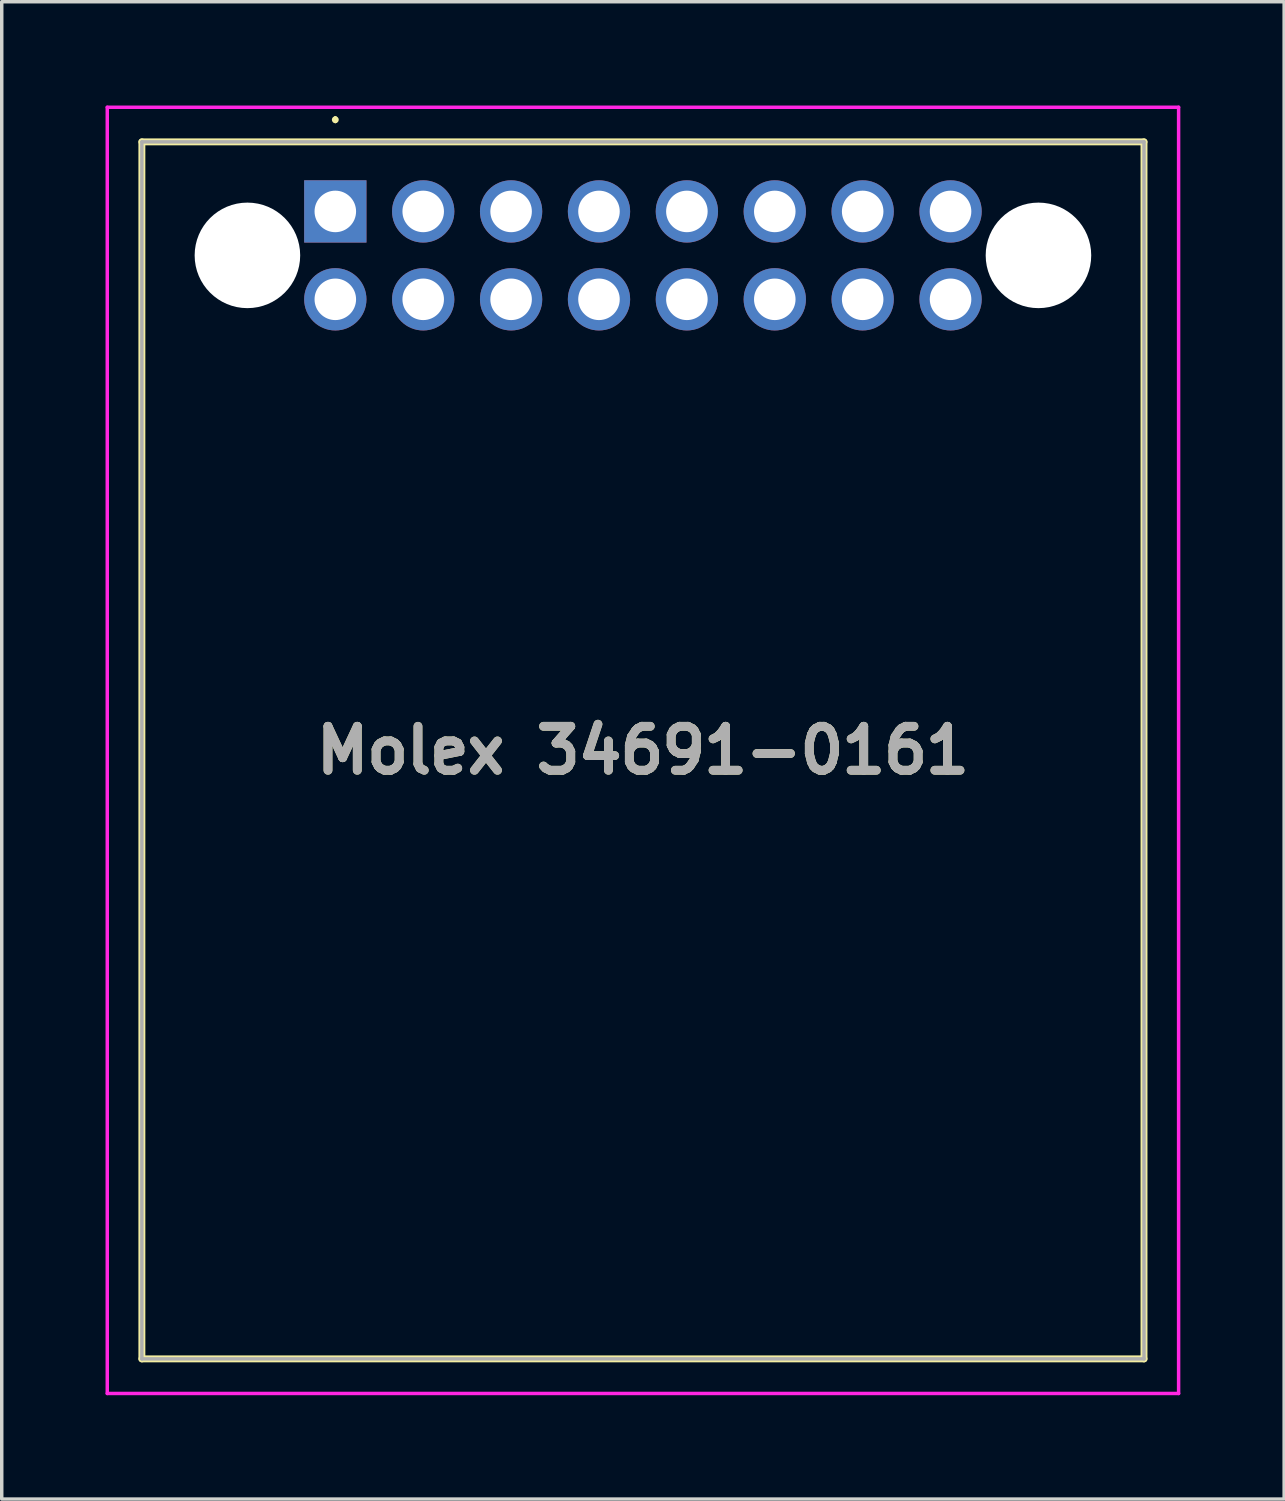
<source format=kicad_pcb>
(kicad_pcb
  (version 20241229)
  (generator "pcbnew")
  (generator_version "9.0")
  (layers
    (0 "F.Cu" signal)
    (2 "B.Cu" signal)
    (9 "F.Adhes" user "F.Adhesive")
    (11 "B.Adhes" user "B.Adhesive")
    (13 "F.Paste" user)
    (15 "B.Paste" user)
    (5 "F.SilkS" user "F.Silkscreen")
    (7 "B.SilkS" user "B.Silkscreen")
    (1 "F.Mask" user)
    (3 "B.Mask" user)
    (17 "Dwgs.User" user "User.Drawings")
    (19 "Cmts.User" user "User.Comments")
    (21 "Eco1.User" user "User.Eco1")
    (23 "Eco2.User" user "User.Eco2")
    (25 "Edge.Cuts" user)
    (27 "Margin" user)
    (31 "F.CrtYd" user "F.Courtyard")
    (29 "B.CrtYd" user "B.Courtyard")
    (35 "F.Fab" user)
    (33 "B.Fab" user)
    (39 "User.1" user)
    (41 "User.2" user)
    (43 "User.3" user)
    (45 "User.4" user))
  (footprint "Molex 34691-0161"
    (layer "F.Cu")
    (at 6.64 3.06)
    (property "Reference" "Molex 34691-0161" (at 8.89 15.575 0) (layer "F.SilkS") (effects (font (size 1.27 1.27) (thickness 0.254))))
    (attr through_hole)
    (fp_line (start -5.59 -2.01) (end 23.37 -2.01) (stroke (width 0.2) (type solid)) (layer "F.SilkS"))
    (fp_line (start -5.59 33.16) (end -5.59 -2.01) (stroke (width 0.2) (type solid)) (layer "F.SilkS"))
    (fp_line (start 0 -2.7) (end 0 -2.7) (stroke (width 0.1) (type solid)) (layer "F.SilkS"))
    (fp_line (start 0 -2.6) (end 0 -2.6) (stroke (width 0.1) (type solid)) (layer "F.SilkS"))
    (fp_line (start 23.37 -2.01) (end 23.37 33.16) (stroke (width 0.2) (type solid)) (layer "F.SilkS"))
    (fp_line (start 23.37 33.16) (end -5.59 33.16) (stroke (width 0.2) (type solid)) (layer "F.SilkS"))
    (fp_arc (start 0 -2.7) (mid 0.05 -2.65) (end 0 -2.6) (stroke (width 0.1) (type solid)) (layer "F.SilkS"))
    (fp_arc (start 0 -2.6) (mid -0.05 -2.65) (end 0 -2.7) (stroke (width 0.1) (type solid)) (layer "F.SilkS"))
    (fp_line (start -6.59 -3.01) (end 24.37 -3.01) (stroke (width 0.1) (type solid)) (layer "F.CrtYd"))
    (fp_line (start -6.59 34.16) (end -6.59 -3.01) (stroke (width 0.1) (type solid)) (layer "F.CrtYd"))
    (fp_line (start 24.37 -3.01) (end 24.37 34.16) (stroke (width 0.1) (type solid)) (layer "F.CrtYd"))
    (fp_line (start 24.37 34.16) (end -6.59 34.16) (stroke (width 0.1) (type solid)) (layer "F.CrtYd"))
    (fp_line (start -5.59 -2.01) (end 23.37 -2.01) (stroke (width 0.1) (type solid)) (layer "F.Fab"))
    (fp_line (start -5.59 33.16) (end -5.59 -2.01) (stroke (width 0.1) (type solid)) (layer "F.Fab"))
    (fp_line (start 23.37 -2.01) (end 23.37 33.16) (stroke (width 0.1) (type solid)) (layer "F.Fab"))
    (fp_line (start 23.37 33.16) (end -5.59 33.16) (stroke (width 0.1) (type solid)) (layer "F.Fab"))
    (fp_text user "${REFERENCE}" (at 8.89 15.575 0) (layer "F.Fab") (effects (font (size 1.27 1.27) (thickness 0.254))))
    (pad "" np_thru_hole circle (at -2.54 1.27) (size 3.05 3.05) (drill 3.05) (layers "*.Cu" "*.Mask"))
    (pad "" np_thru_hole circle (at 20.32 1.27) (size 3.05 3.05) (drill 3.05) (layers "*.Cu" "*.Mask"))
    (pad "1" thru_hole rect (at 0 0) (size 1.8 1.8) (drill 1.2) (layers "*.Cu" "*.Mask"))
    (pad "2" thru_hole circle (at 2.54 0) (size 1.8 1.8) (drill 1.2) (layers "*.Cu" "*.Mask"))
    (pad "3" thru_hole circle (at 5.08 0) (size 1.8 1.8) (drill 1.2) (layers "*.Cu" "*.Mask"))
    (pad "4" thru_hole circle (at 7.62 0) (size 1.8 1.8) (drill 1.2) (layers "*.Cu" "*.Mask"))
    (pad "5" thru_hole circle (at 10.16 0) (size 1.8 1.8) (drill 1.2) (layers "*.Cu" "*.Mask"))
    (pad "6" thru_hole circle (at 12.7 0) (size 1.8 1.8) (drill 1.2) (layers "*.Cu" "*.Mask"))
    (pad "7" thru_hole circle (at 15.24 0) (size 1.8 1.8) (drill 1.2) (layers "*.Cu" "*.Mask"))
    (pad "8" thru_hole circle (at 17.78 0) (size 1.8 1.8) (drill 1.2) (layers "*.Cu" "*.Mask"))
    (pad "9" thru_hole circle (at 0 2.54) (size 1.8 1.8) (drill 1.2) (layers "*.Cu" "*.Mask"))
    (pad "10" thru_hole circle (at 2.54 2.54) (size 1.8 1.8) (drill 1.2) (layers "*.Cu" "*.Mask"))
    (pad "11" thru_hole circle (at 5.08 2.54) (size 1.8 1.8) (drill 1.2) (layers "*.Cu" "*.Mask"))
    (pad "12" thru_hole circle (at 7.62 2.54) (size 1.8 1.8) (drill 1.2) (layers "*.Cu" "*.Mask"))
    (pad "13" thru_hole circle (at 10.16 2.54) (size 1.8 1.8) (drill 1.2) (layers "*.Cu" "*.Mask"))
    (pad "14" thru_hole circle (at 12.7 2.54) (size 1.8 1.8) (drill 1.2) (layers "*.Cu" "*.Mask"))
    (pad "15" thru_hole circle (at 15.24 2.54) (size 1.8 1.8) (drill 1.2) (layers "*.Cu" "*.Mask"))
    (pad "16" thru_hole circle (at 17.78 2.54) (size 1.8 1.8) (drill 1.2) (layers "*.Cu" "*.Mask")))
  (gr_rect
    (start -3 -3)
    (end 34.06 40.27)
    (stroke (width 0.1) (type default))
    (fill no)
    (layer "Edge.Cuts")))
</source>
